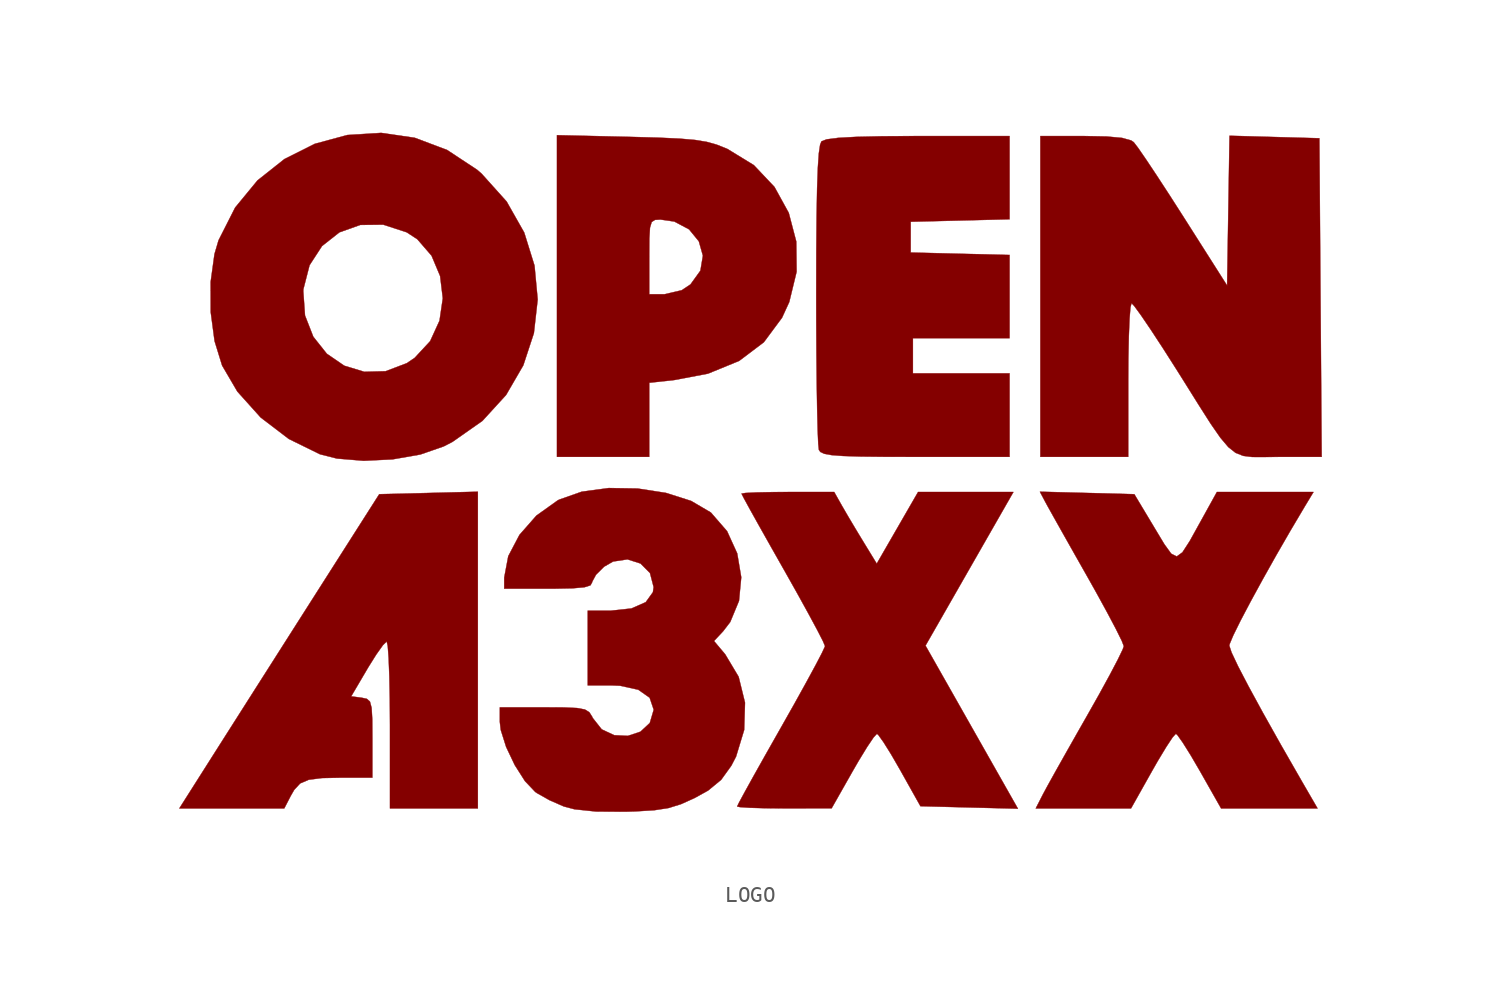
<source format=kicad_sym>
(kicad_symbol_lib
  (version 20220914)
  (generator "bitmap2component")
  (generator_version "9.0")
  (symbol "LOGO"
    (pin_names
      (offset 1.016))
    (property "Reference" "#G"
      (at 0 22.603 0)
      (effects (font (size 1.27 1.27)) hide))
    (symbol "LOGO_0_0"
      (polyline (pts (xy -7.479 -21.261) (xy -6.312 -21.189) (xy -5.435 -21.053) (xy -4.673 -20.818) (xy -3.85 -20.448) (xy -3.003 -19.981) (xy -2.2 -19.321) (xy -1.572 -18.45) (xy -1.281 -17.89) (xy -0.782 -16.248) (xy -0.732 -14.572) (xy -1.123 -12.982) (xy -1.95 -11.599) (xy -2.637 -10.783) (xy -2.08 -10.188) (xy -1.638 -9.613) (xy -1.1 -8.313) (xy -0.962 -6.865) (xy -1.211 -5.395) (xy -1.833 -4.03) (xy -2.817 -2.896) (xy -2.842 -2.874) (xy -4.046 -2.168) (xy -5.594 -1.675) (xy -7.333 -1.407) (xy -9.11 -1.378) (xy -10.77 -1.601) (xy -12.16 -2.09) (xy -12.256 -2.141) (xy -13.56 -3.073) (xy -14.6 -4.256) (xy -15.289 -5.567) (xy -15.537 -6.882) (xy -15.537 -7.566) (xy -12.835 -7.566) (xy -12.48 -7.565) (xy -11.326 -7.542) (xy -10.607 -7.478) (xy -10.237 -7.362) (xy -10.133 -7.18) (xy -10.13 -7.146) (xy -9.895 -6.71) (xy -9.394 -6.213) (xy -8.843 -5.896) (xy -7.958 -5.763) (xy -7.156 -6.019) (xy -6.574 -6.605) (xy -6.35 -7.467) (xy -6.393 -7.781) (xy -6.835 -8.394) (xy -7.713 -8.781) (xy -8.977 -8.917) (xy -10.403 -8.917) (xy -10.403 -11.214) (xy -10.403 -13.511) (xy -8.977 -13.511) (xy -8.417 -13.533) (xy -7.296 -13.778) (xy -6.594 -14.272) (xy -6.35 -14.993) (xy -6.35 -15.026) (xy -6.585 -15.822) (xy -7.16 -16.358) (xy -7.936 -16.616) (xy -8.777 -16.575) (xy -9.542 -16.215) (xy -10.092 -15.519) (xy -10.134 -15.429) (xy -10.306 -15.161) (xy -10.579 -14.994) (xy -11.062 -14.904) (xy -11.865 -14.868) (xy -13.1 -14.862) (xy -15.807 -14.862) (xy -15.807 -15.759) (xy -15.75 -16.251) (xy -15.421 -17.294) (xy -14.89 -18.411) (xy -14.259 -19.402) (xy -13.63 -20.063) (xy -13.526 -20.135) (xy -12.749 -20.573) (xy -11.874 -20.956) (xy -11.213 -21.13) (xy -9.898 -21.268) (xy -8.106 -21.279) (xy -7.479 -21.261)) (stroke (width 0.01) (type default)) (fill (type outline)))
      (polyline (pts (xy -28.66 -20.299) (xy -28.452 -19.937) (xy -28.085 -19.541) (xy -27.557 -19.314) (xy -26.742 -19.21) (xy -25.513 -19.185) (xy -23.644 -19.185) (xy -23.644 -16.771) (xy -23.644 -16.73) (xy -23.651 -15.596) (xy -23.692 -14.892) (xy -23.794 -14.508) (xy -23.986 -14.338) (xy -24.295 -14.272) (xy -24.947 -14.186) (xy -23.957 -12.503) (xy -23.903 -12.41) (xy -23.398 -11.604) (xy -22.991 -11.033) (xy -22.765 -10.814) (xy -22.761 -10.815) (xy -22.698 -11.102) (xy -22.644 -11.841) (xy -22.601 -12.95) (xy -22.573 -14.344) (xy -22.563 -15.943) (xy -22.563 -21.076) (xy -19.861 -21.076) (xy -17.159 -21.076) (xy -17.159 -11.34) (xy -17.159 -1.603) (xy -20.191 -1.68) (xy -23.223 -1.756) (xy -27.355 -8.241) (xy -28.372 -9.838) (xy -29.592 -11.755) (xy -30.78 -13.621) (xy -31.87 -15.335) (xy -32.799 -16.795) (xy -33.501 -17.901) (xy -35.516 -21.076) (xy -32.289 -21.076) (xy -29.062 -21.076) (xy -28.66 -20.299)) (stroke (width 0.01) (type default)) (fill (type outline)))
      (polyline (pts (xy 13.21 -16.081) (xy 10.368 -11.067) (xy 13.071 -6.344) (xy 15.774 -1.621) (xy 12.842 -1.621) (xy 9.91 -1.621) (xy 8.639 -3.824) (xy 7.369 -6.027) (xy 6.522 -4.64) (xy 6.159 -4.042) (xy 5.617 -3.133) (xy 5.214 -2.438) (xy 4.754 -1.621) (xy 1.904 -1.621) (xy 0.985 -1.627) (xy -0.013 -1.647) (xy -0.694 -1.679) (xy -0.946 -1.719) (xy -0.945 -1.724) (xy -0.797 -2.014) (xy -0.426 -2.693) (xy 0.129 -3.687) (xy 0.825 -4.924) (xy 1.621 -6.329) (xy 1.678 -6.429) (xy 2.471 -7.837) (xy 3.16 -9.085) (xy 3.704 -10.095) (xy 4.06 -10.79) (xy 4.188 -11.094) (xy 4.183 -11.119) (xy 4.006 -11.505) (xy 3.607 -12.27) (xy 3.027 -13.339) (xy 2.307 -14.638) (xy 1.486 -16.091) (xy 1.307 -16.406) (xy 0.505 -17.821) (xy -0.188 -19.055) (xy -0.732 -20.038) (xy -1.088 -20.695) (xy -1.216 -20.956) (xy -1.049 -20.996) (xy -0.44 -21.037) (xy 0.509 -21.065) (xy 1.689 -21.075) (xy 4.594 -21.073) (xy 5.895 -18.778) (xy 6.255 -18.156) (xy 6.78 -17.296) (xy 7.178 -16.706) (xy 7.381 -16.489) (xy 7.466 -16.561) (xy 7.783 -17.002) (xy 8.254 -17.756) (xy 8.811 -18.719) (xy 10.056 -20.941) (xy 13.054 -21.018) (xy 16.052 -21.094) (xy 13.21 -16.081)) (stroke (width 0.01) (type default)) (fill (type outline)))
      (polyline (pts (xy 24.296 -18.78) (xy 24.651 -18.159) (xy 25.171 -17.297) (xy 25.563 -16.704) (xy 25.763 -16.485) (xy 25.86 -16.571) (xy 26.188 -17.033) (xy 26.671 -17.804) (xy 27.242 -18.782) (xy 28.543 -21.076) (xy 31.509 -21.076) (xy 34.475 -21.076) (xy 33.809 -19.928) (xy 33.501 -19.396) (xy 32.211 -17.146) (xy 31.118 -15.198) (xy 30.238 -13.584) (xy 29.588 -12.337) (xy 29.186 -11.487) (xy 29.048 -11.067) (xy 29.068 -10.97) (xy 29.295 -10.43) (xy 29.737 -9.535) (xy 30.354 -8.364) (xy 31.101 -6.996) (xy 31.935 -5.51) (xy 32.815 -3.985) (xy 33.696 -2.499) (xy 34.226 -1.621) (xy 31.255 -1.621) (xy 28.284 -1.621) (xy 27.276 -3.445) (xy 27.245 -3.5) (xy 26.613 -4.64) (xy 26.166 -5.33) (xy 25.817 -5.584) (xy 25.477 -5.415) (xy 25.057 -4.835) (xy 24.468 -3.857) (xy 23.208 -1.756) (xy 20.304 -1.679) (xy 17.4 -1.603) (xy 17.727 -2.22) (xy 17.868 -2.479) (xy 18.263 -3.186) (xy 18.836 -4.206) (xy 19.535 -5.444) (xy 20.308 -6.808) (xy 20.872 -7.811) (xy 21.545 -9.04) (xy 22.081 -10.054) (xy 22.435 -10.77) (xy 22.563 -11.102) (xy 22.492 -11.305) (xy 22.192 -11.926) (xy 21.698 -12.867) (xy 21.054 -14.044) (xy 20.304 -15.373) (xy 19.787 -16.279) (xy 19.033 -17.609) (xy 18.378 -18.773) (xy 17.88 -19.669) (xy 17.595 -20.198) (xy 17.145 -21.076) (xy 20.076 -21.076) (xy 23.006 -21.076) (xy 24.296 -18.78)) (stroke (width 0.01) (type default)) (fill (type outline)))
      (polyline (pts (xy -22.402 0.386) (xy -20.698 0.684) (xy -19.262 1.181) (xy -18.724 1.458) (xy -16.878 2.752) (xy -15.421 4.346) (xy -14.363 6.168) (xy -13.712 8.148) (xy -13.479 10.216) (xy -13.674 12.301) (xy -14.307 14.332) (xy -15.387 16.239) (xy -16.925 17.951) (xy -17.205 18.194) (xy -19.048 19.41) (xy -21.039 20.16) (xy -23.107 20.461) (xy -25.18 20.331) (xy -27.185 19.789) (xy -29.052 18.852) (xy -30.709 17.539) (xy -32.084 15.868) (xy -33.104 13.857) (xy -33.354 13.008) (xy -33.589 11.297) (xy -33.587 10.752) (xy -27.894 10.752) (xy -27.885 10.855) (xy -27.508 12.322) (xy -26.74 13.503) (xy -25.67 14.346) (xy -24.388 14.802) (xy -22.98 14.819) (xy -21.537 14.349) (xy -20.881 13.921) (xy -20.004 12.908) (xy -19.479 11.658) (xy -19.314 10.288) (xy -19.516 8.915) (xy -20.092 7.654) (xy -21.05 6.622) (xy -21.534 6.298) (xy -22.835 5.805) (xy -24.142 5.771) (xy -25.372 6.145) (xy -26.444 6.88) (xy -27.276 7.926) (xy -27.787 9.233) (xy -27.894 10.752) (xy -33.587 10.752) (xy -33.585 9.443) (xy -33.348 7.659) (xy -32.884 6.156) (xy -31.947 4.556) (xy -30.516 2.963) (xy -28.782 1.64) (xy -26.865 0.699) (xy -25.822 0.436) (xy -24.177 0.299) (xy -22.402 0.386)) (stroke (width 0.01) (type default)) (fill (type outline)))
      (polyline (pts (xy -6.62 2.818) (xy -6.62 5.095) (xy -5.066 5.266) (xy -3.007 5.657) (xy -1.092 6.441) (xy 0.427 7.587) (xy 1.546 9.095) (xy 1.991 10.064) (xy 2.442 11.922) (xy 2.422 13.776) (xy 1.959 15.543) (xy 1.081 17.138) (xy -0.186 18.477) (xy -1.814 19.474) (xy -1.889 19.507) (xy -2.475 19.739) (xy -3.08 19.908) (xy -3.807 20.027) (xy -4.761 20.109) (xy -6.047 20.168) (xy -7.769 20.215) (xy -12.295 20.32) (xy -12.295 12.835) (xy -6.62 12.835) (xy -6.62 12.858) (xy -6.614 13.962) (xy -6.574 14.634) (xy -6.468 14.982) (xy -6.265 15.112) (xy -5.931 15.132) (xy -5.075 15.009) (xy -4.173 14.53) (xy -3.57 13.793) (xy -3.32 12.909) (xy -3.474 11.99) (xy -4.083 11.146) (xy -4.628 10.784) (xy -5.69 10.538) (xy -6.62 10.538) (xy -6.62 12.835) (xy -12.295 12.835) (xy -12.295 10.431) (xy -12.295 0.54) (xy -9.457 0.54) (xy -6.62 0.54) (xy -6.62 2.818)) (stroke (width 0.01) (type default)) (fill (type outline)))
      (polyline (pts (xy 15.537 3.107) (xy 15.537 5.675) (xy 12.565 5.675) (xy 9.592 5.675) (xy 9.592 6.755) (xy 9.592 7.836) (xy 12.565 7.836) (xy 15.537 7.836) (xy 15.537 10.394) (xy 15.537 12.953) (xy 12.497 13.029) (xy 9.457 13.105) (xy 9.457 14.051) (xy 9.457 14.997) (xy 12.497 15.073) (xy 15.537 15.15) (xy 15.537 17.708) (xy 15.537 20.266) (xy 9.917 20.266) (xy 9.763 20.266) (xy 7.685 20.253) (xy 6.105 20.217) (xy 4.986 20.154) (xy 4.287 20.063) (xy 3.972 19.942) (xy 3.888 19.738) (xy 3.809 19.207) (xy 3.748 18.323) (xy 3.702 17.049) (xy 3.671 15.346) (xy 3.653 13.178) (xy 3.648 10.506) (xy 3.65 8.941) (xy 3.661 6.868) (xy 3.68 5.005) (xy 3.706 3.417) (xy 3.737 2.171) (xy 3.773 1.332) (xy 3.812 0.968) (xy 3.903 0.842) (xy 4.141 0.73) (xy 4.585 0.649) (xy 5.301 0.594) (xy 6.357 0.561) (xy 7.82 0.545) (xy 9.757 0.54) (xy 15.537 0.54) (xy 15.537 3.107)) (stroke (width 0.01) (type default)) (fill (type outline)))
      (polyline (pts (xy 32.043 0.54) (xy 34.729 0.54) (xy 34.658 10.336) (xy 34.587 20.131) (xy 31.824 20.208) (xy 29.061 20.285) (xy 28.987 15.68) (xy 28.913 11.076) (xy 26.235 15.29) (xy 25.415 16.57) (xy 24.611 17.804) (xy 23.934 18.822) (xy 23.438 19.542) (xy 23.175 19.885) (xy 23.015 19.996) (xy 22.459 20.152) (xy 21.517 20.239) (xy 20.111 20.266) (xy 17.429 20.266) (xy 17.429 10.403) (xy 17.429 0.54) (xy 20.131 0.54) (xy 22.833 0.54) (xy 22.833 5.269) (xy 22.841 6.598) (xy 22.869 7.955) (xy 22.913 9.03) (xy 22.97 9.737) (xy 23.036 9.99) (xy 23.204 9.813) (xy 23.619 9.245) (xy 24.223 8.355) (xy 24.969 7.217) (xy 25.805 5.905) (xy 26.181 5.308) (xy 27.155 3.751) (xy 27.906 2.572) (xy 28.497 1.72) (xy 28.986 1.142) (xy 29.435 0.786) (xy 29.905 0.601) (xy 30.456 0.532) (xy 31.148 0.53) (xy 32.043 0.54)) (stroke (width 0.01) (type default)) (fill (type outline))))))
</source>
